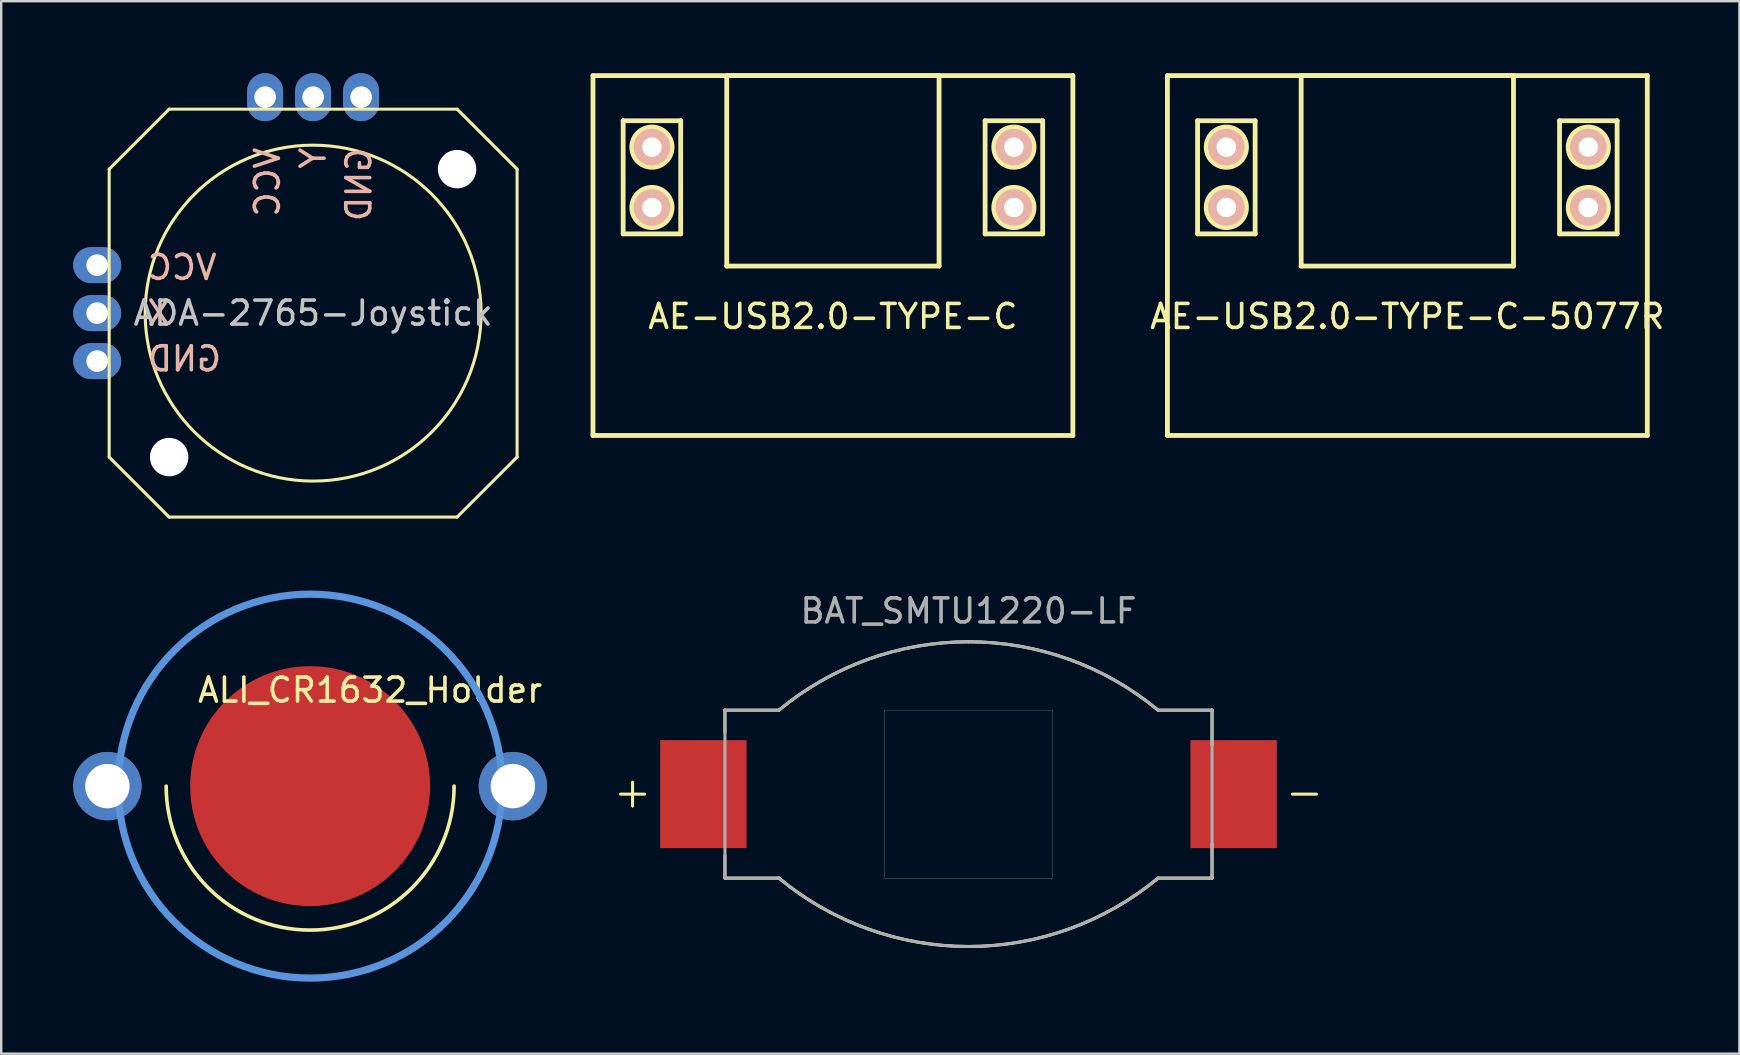
<source format=kicad_pcb>
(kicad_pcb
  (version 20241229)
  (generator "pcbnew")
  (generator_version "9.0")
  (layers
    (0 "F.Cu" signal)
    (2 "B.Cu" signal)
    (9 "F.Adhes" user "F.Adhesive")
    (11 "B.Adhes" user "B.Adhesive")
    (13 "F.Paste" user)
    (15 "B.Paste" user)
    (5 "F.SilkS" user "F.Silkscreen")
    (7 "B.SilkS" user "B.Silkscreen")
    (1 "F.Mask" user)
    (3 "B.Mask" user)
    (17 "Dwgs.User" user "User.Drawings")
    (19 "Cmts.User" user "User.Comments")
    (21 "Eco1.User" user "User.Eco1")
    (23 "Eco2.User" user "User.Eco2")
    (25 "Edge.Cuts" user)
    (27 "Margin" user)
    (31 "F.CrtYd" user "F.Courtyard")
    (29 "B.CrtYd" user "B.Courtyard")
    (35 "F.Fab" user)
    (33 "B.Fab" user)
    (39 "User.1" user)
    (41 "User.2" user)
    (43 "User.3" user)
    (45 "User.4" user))
  (footprint "AE-USB2.0-TYPE-C-5077R"
    (layer "F.Cu")
    (at 55.603 7.6)
    (property "Reference" "AE-USB2.0-TYPE-C-5077R" (at 0 2.54 0) (layer "F.SilkS") (effects (font (size 1 1) (thickness 0.15))))
    (attr through_hole)
    (fp_line (start -10 -7.5) (end 10 -7.5) (stroke (width 0.2) (type solid)) (layer "F.SilkS"))
    (fp_line (start -10 7.5) (end -10 -7.5) (stroke (width 0.2) (type solid)) (layer "F.SilkS"))
    (fp_line (start -8.742 -5.617) (end -6.343 -5.617) (stroke (width 0.2) (type solid)) (layer "F.SilkS"))
    (fp_line (start -8.742 -0.903) (end -8.742 -5.617) (stroke (width 0.2) (type solid)) (layer "F.SilkS"))
    (fp_line (start -6.343 -5.617) (end -6.343 -0.903) (stroke (width 0.2) (type solid)) (layer "F.SilkS"))
    (fp_line (start -6.343 -0.903) (end -8.742 -0.903) (stroke (width 0.2) (type solid)) (layer "F.SilkS"))
    (fp_line (start -4.425 -7.5) (end 4.424 -7.5) (stroke (width 0.2) (type solid)) (layer "F.SilkS"))
    (fp_line (start -4.425 0.439) (end -4.425 -7.5) (stroke (width 0.2) (type solid)) (layer "F.SilkS"))
    (fp_line (start 4.424 -7.5) (end 4.424 0.439) (stroke (width 0.2) (type solid)) (layer "F.SilkS"))
    (fp_line (start 4.424 0.439) (end -4.425 0.439) (stroke (width 0.2) (type solid)) (layer "F.SilkS"))
    (fp_line (start 6.343 -5.617) (end 8.742 -5.617) (stroke (width 0.2) (type solid)) (layer "F.SilkS"))
    (fp_line (start 6.343 -0.903) (end 6.343 -5.617) (stroke (width 0.2) (type solid)) (layer "F.SilkS"))
    (fp_line (start 8.742 -5.617) (end 8.742 -0.903) (stroke (width 0.2) (type solid)) (layer "F.SilkS"))
    (fp_line (start 8.742 -0.903) (end 6.343 -0.903) (stroke (width 0.2) (type solid)) (layer "F.SilkS"))
    (fp_line (start 10 -7.5) (end 10 7.5) (stroke (width 0.2) (type solid)) (layer "F.SilkS"))
    (fp_line (start 10 7.5) (end -10 7.5) (stroke (width 0.2) (type solid)) (layer "F.SilkS"))
    (fp_circle (center -7.543 -4.517) (end -6.704 -4.517) (stroke (width 0.2) (type solid)) (fill no) (layer "F.SilkS"))
    (fp_circle (center -7.543 -2.003) (end -6.704 -2.003) (stroke (width 0.2) (type solid)) (fill no) (layer "F.SilkS"))
    (fp_circle (center 7.543 -4.517) (end 8.382 -4.517) (stroke (width 0.2) (type solid)) (fill no) (layer "F.SilkS"))
    (fp_circle (center 7.543 -2.003) (end 8.382 -2.003) (stroke (width 0.2) (type solid)) (fill no) (layer "F.SilkS"))
    (pad "" thru_hole circle (at -7.543 -4.517) (size 1.524 1.524) (drill 0.813) (layers "*.Cu" "*.SilkS" "*.Mask"))
    (pad "" thru_hole circle (at -7.543 -2.003) (size 1.524 1.524) (drill 0.813) (layers "*.Cu" "*.SilkS" "*.Mask"))
    (pad "" thru_hole circle (at 7.543 -4.517) (size 1.524 1.524) (drill 0.813) (layers "*.Cu" "*.SilkS" "*.Mask"))
    (pad "" thru_hole circle (at 7.543 -2.003) (size 1.524 1.524) (drill 0.813) (layers "*.Cu" "*.SilkS" "*.Mask")))
  (footprint "ADA-2765-Joystick"
    (layer "F.Cu")
    (at 10 10)
    (property "Reference" "ADA-2765-Joystick" (at 0 0 0) (unlocked yes) (layer "Dwgs.User") (effects (font (size 1 1) (thickness 0.15))))
    (attr through_hole)
    (fp_line (start -8.5 -6) (end -6 -8.5) (stroke (width 0.127) (type solid)) (layer "F.SilkS"))
    (fp_line (start -8.5 6) (end -8.5 -6) (stroke (width 0.127) (type solid)) (layer "F.SilkS"))
    (fp_line (start -8.5 6) (end -6 8.5) (stroke (width 0.127) (type solid)) (layer "F.SilkS"))
    (fp_line (start -6 -8.5) (end 6 -8.5) (stroke (width 0.127) (type solid)) (layer "F.SilkS"))
    (fp_line (start 6 -8.5) (end 8.5 -6) (stroke (width 0.127) (type solid)) (layer "F.SilkS"))
    (fp_line (start 6 8.5) (end -6 8.5) (stroke (width 0.127) (type solid)) (layer "F.SilkS"))
    (fp_line (start 8.5 -6) (end 8.5 6) (stroke (width 0.127) (type solid)) (layer "F.SilkS"))
    (fp_line (start 8.5 6) (end 6 8.5) (stroke (width 0.127) (type solid)) (layer "F.SilkS"))
    (fp_circle (center 0 0) (end 0 -7) (stroke (width 0.127) (type solid)) (fill no) (layer "F.SilkS"))
    (fp_text user "GND" (at -6.985 1.905 0) (unlocked yes) (layer "B.SilkS") (effects (font (size 1 1) (thickness 0.15)) (justify right mirror)))
    (fp_text user "Y" (at 0 -6.985 90) (unlocked yes) (layer "B.SilkS") (effects (font (size 1 1) (thickness 0.15)) (justify left mirror)))
    (fp_text user "X" (at -7 0 0) (unlocked yes) (layer "B.SilkS") (effects (font (size 1 1) (thickness 0.15)) (justify right mirror)))
    (fp_text user "VCC" (at -1.905 -6.985 90) (unlocked yes) (layer "B.SilkS") (effects (font (size 1 1) (thickness 0.15)) (justify left mirror)))
    (fp_text user "GND" (at 1.905 -6.985 90) (unlocked yes) (layer "B.SilkS") (effects (font (size 1 1) (thickness 0.15)) (justify left mirror)))
    (fp_text user "VCC" (at -6.985 -1.905 0) (unlocked yes) (layer "B.SilkS") (effects (font (size 1 1) (thickness 0.15)) (justify right mirror)))
    (pad "" np_thru_hole circle (at -6 6 90) (size 1.6 1.6) (drill 1.6) (layers "*.Cu" "*.Mask"))
    (pad "" np_thru_hole circle (at 6 -6 90) (size 1.6 1.6) (drill 1.6) (layers "*.Cu" "*.Mask"))
    (pad "1" thru_hole oval (at -9 -2 180) (size 2 1.5) (drill 0.9) (layers "*.Cu" "*.Mask"))
    (pad "1" thru_hole oval (at -2 -9 90) (size 2 1.5) (drill 0.9) (layers "*.Cu" "*.Mask"))
    (pad "2" thru_hole oval (at -9 2 180) (size 2 1.5) (drill 0.9) (layers "*.Cu" "*.Mask"))
    (pad "2" thru_hole oval (at 2 -9 90) (size 2 1.5) (drill 0.9) (layers "*.Cu" "*.Mask"))
    (pad "3" thru_hole oval (at -9 0 180) (size 2 1.5) (drill 0.9) (layers "*.Cu" "*.Mask"))
    (pad "4" thru_hole oval (at 0 -9 90) (size 2 1.5) (drill 0.9) (layers "*.Cu" "*.Mask")))
  (footprint "BAT_SMTU1220-LF"
    (layer "F.Cu")
    (at 37.313 30.047)
    (property "Reference" "BAT_SMTU1220-LF" (at 0 -7.635 0) (layer "F.Fab") (effects (font (size 1 1) (thickness 0.15))))
    (attr through_hole)
    (fp_line (start -14.5 0) (end -13.5 0) (stroke (width 0.127) (type solid)) (layer "F.SilkS"))
    (fp_line (start -14 -0.5) (end -14 0.5) (stroke (width 0.127) (type solid)) (layer "F.SilkS"))
    (fp_line (start -10.15 -3.5) (end -7.9 -3.5) (stroke (width 0.127) (type solid)) (layer "F.SilkS"))
    (fp_line (start -10.15 -2.57) (end -10.15 -3.5) (stroke (width 0.127) (type solid)) (layer "F.SilkS"))
    (fp_line (start -10.15 2.57) (end -10.15 3.5) (stroke (width 0.127) (type solid)) (layer "F.SilkS"))
    (fp_line (start -10.15 3.5) (end -7.9 3.5) (stroke (width 0.127) (type solid)) (layer "F.SilkS"))
    (fp_line (start 7.9 -3.5) (end 10.15 -3.5) (stroke (width 0.127) (type solid)) (layer "F.SilkS"))
    (fp_line (start 7.9 3.5) (end 10.15 3.5) (stroke (width 0.127) (type solid)) (layer "F.SilkS"))
    (fp_line (start 10.15 -3.5) (end 10.15 -2.07) (stroke (width 0.127) (type solid)) (layer "F.SilkS"))
    (fp_line (start 10.15 3.5) (end 10.15 2.07) (stroke (width 0.127) (type solid)) (layer "F.SilkS"))
    (fp_line (start 13.5 0) (end 14.5 0) (stroke (width 0.127) (type solid)) (layer "F.SilkS"))
    (fp_arc (start -7.9 -3.5) (mid -4.199182 -5.615714) (end 0 -6.35) (stroke (width 0.127) (type solid)) (layer "F.SilkS"))
    (fp_arc (start 0 -6.35) (mid 4.199182 -5.615714) (end 7.9 -3.5) (stroke (width 0.127) (type solid)) (layer "F.SilkS"))
    (fp_arc (start 0 6.35) (mid -4.199182 5.615714) (end -7.9 3.5) (stroke (width 0.127) (type solid)) (layer "F.SilkS"))
    (fp_arc (start 7.9 3.5) (mid 4.199182 5.615714) (end 0 6.35) (stroke (width 0.127) (type solid)) (layer "F.SilkS"))
    (fp_poly (pts (xy -3.5 -3.5) (xy 3.5 -3.5) (xy 3.5 3.5) (xy -3.5 3.5)) (stroke (width 0.01) (type solid)) (fill no) (layer "Dwgs.User"))
    (fp_line (start -10.15 -3.5) (end -7.9 -3.5) (stroke (width 0.127) (type solid)) (layer "F.Fab"))
    (fp_line (start -10.15 3.5) (end -10.15 -3.5) (stroke (width 0.127) (type solid)) (layer "F.Fab"))
    (fp_line (start -7.9 3.5) (end -10.15 3.5) (stroke (width 0.127) (type solid)) (layer "F.Fab"))
    (fp_line (start 7.9 -3.5) (end 10.15 -3.5) (stroke (width 0.127) (type solid)) (layer "F.Fab"))
    (fp_line (start 10.15 -3.5) (end 10.15 3.5) (stroke (width 0.127) (type solid)) (layer "F.Fab"))
    (fp_line (start 10.15 3.5) (end 7.9 3.5) (stroke (width 0.127) (type solid)) (layer "F.Fab"))
    (fp_arc (start -7.9 -3.5) (mid -4.199182 -5.615714) (end 0 -6.35) (stroke (width 0.127) (type solid)) (layer "F.Fab"))
    (fp_arc (start 0 -6.35) (mid 4.199182 -5.615714) (end 7.9 -3.5) (stroke (width 0.127) (type solid)) (layer "F.Fab"))
    (fp_arc (start 0 6.35) (mid -4.199182 5.615714) (end -7.9 3.5) (stroke (width 0.127) (type solid)) (layer "F.Fab"))
    (fp_arc (start 7.9 3.5) (mid 4.199182 5.615714) (end 0 6.35) (stroke (width 0.127) (type solid)) (layer "F.Fab"))
    (pad "+" smd rect (at -11.05 0) (size 3.6 4.5) (layers "F.Cu" "F.Mask" "F.Paste"))
    (pad "-" smd rect (at 11.05 0) (size 3.6 4.5) (layers "F.Cu" "F.Mask" "F.Paste")))
  (footprint "ALI_CR1632_Holder"
    (layer "F.Cu")
    (at 9.875 29.713)
    (property "Reference" "ALI_CR1632_Holder" (at 2.5 -4 0) (layer "F.SilkS") (effects (font (size 1 1) (thickness 0.15))))
    (attr through_hole)
    (fp_arc (start 6 0) (mid 0 6) (end -6 0) (stroke (width 0.15) (type solid)) (layer "F.SilkS"))
    (fp_circle (center 0 0) (end 0 -8) (stroke (width 0.3) (type solid)) (fill no) (layer "Cmts.User"))
    (pad "1" thru_hole circle (at -8.45 0) (size 2.85 2.85) (drill 1.85) (layers "*.Cu" "*.Mask"))
    (pad "1" thru_hole circle (at 8.45 0) (size 2.85 2.85) (drill 1.85) (layers "*.Cu" "*.Mask"))
    (pad "2" smd circle (at 0 0) (size 10 10) (layers "F.Cu" "F.Mask" "F.Paste")))
  (footprint "AE-USB2.0-TYPE-C"
    (layer "F.Cu")
    (at 31.663 7.6)
    (property "Reference" "AE-USB2.0-TYPE-C" (at 0 2.54 0) (layer "F.SilkS") (effects (font (size 1 1) (thickness 0.15))))
    (attr through_hole)
    (fp_line (start -10 -7.5) (end 10 -7.5) (stroke (width 0.2) (type solid)) (layer "F.SilkS"))
    (fp_line (start -10 7.5) (end -10 -7.5) (stroke (width 0.2) (type solid)) (layer "F.SilkS"))
    (fp_line (start -8.742 -5.617) (end -6.343 -5.617) (stroke (width 0.2) (type solid)) (layer "F.SilkS"))
    (fp_line (start -8.742 -0.903) (end -8.742 -5.617) (stroke (width 0.2) (type solid)) (layer "F.SilkS"))
    (fp_line (start -6.343 -5.617) (end -6.343 -0.903) (stroke (width 0.2) (type solid)) (layer "F.SilkS"))
    (fp_line (start -6.343 -0.903) (end -8.742 -0.903) (stroke (width 0.2) (type solid)) (layer "F.SilkS"))
    (fp_line (start -4.425 -7.5) (end 4.424 -7.5) (stroke (width 0.2) (type solid)) (layer "F.SilkS"))
    (fp_line (start -4.425 0.439) (end -4.425 -7.5) (stroke (width 0.2) (type solid)) (layer "F.SilkS"))
    (fp_line (start 4.424 -7.5) (end 4.424 0.439) (stroke (width 0.2) (type solid)) (layer "F.SilkS"))
    (fp_line (start 4.424 0.439) (end -4.425 0.439) (stroke (width 0.2) (type solid)) (layer "F.SilkS"))
    (fp_line (start 6.343 -5.617) (end 8.742 -5.617) (stroke (width 0.2) (type solid)) (layer "F.SilkS"))
    (fp_line (start 6.343 -0.903) (end 6.343 -5.617) (stroke (width 0.2) (type solid)) (layer "F.SilkS"))
    (fp_line (start 8.742 -5.617) (end 8.742 -0.903) (stroke (width 0.2) (type solid)) (layer "F.SilkS"))
    (fp_line (start 8.742 -0.903) (end 6.343 -0.903) (stroke (width 0.2) (type solid)) (layer "F.SilkS"))
    (fp_line (start 10 -7.5) (end 10 7.5) (stroke (width 0.2) (type solid)) (layer "F.SilkS"))
    (fp_line (start 10 7.5) (end -10 7.5) (stroke (width 0.2) (type solid)) (layer "F.SilkS"))
    (fp_circle (center -7.543 -4.517) (end -6.704 -4.517) (stroke (width 0.2) (type solid)) (fill no) (layer "F.SilkS"))
    (fp_circle (center -7.543 -2.003) (end -6.704 -2.003) (stroke (width 0.2) (type solid)) (fill no) (layer "F.SilkS"))
    (fp_circle (center 7.543 -4.517) (end 8.382 -4.517) (stroke (width 0.2) (type solid)) (fill no) (layer "F.SilkS"))
    (fp_circle (center 7.543 -2.003) (end 8.382 -2.003) (stroke (width 0.2) (type solid)) (fill no) (layer "F.SilkS"))
    (pad "1" thru_hole circle (at 7.543 -4.517) (size 1.524 1.524) (drill 0.813) (layers "*.Cu" "*.SilkS" "*.Mask"))
    (pad "2" thru_hole circle (at 7.543 -2.003) (size 1.524 1.524) (drill 0.813) (layers "*.Cu" "*.SilkS" "*.Mask"))
    (pad "23" thru_hole circle (at -7.543 -2.003) (size 1.524 1.524) (drill 0.813) (layers "*.Cu" "*.SilkS" "*.Mask"))
    (pad "24" thru_hole circle (at -7.543 -4.517) (size 1.524 1.524) (drill 0.813) (layers "*.Cu" "*.SilkS" "*.Mask")))
  (gr_rect
    (start -3 -3)
    (end 69.442 40.864)
    (stroke (width 0.1) (type default))
    (fill no)
    (layer "Edge.Cuts")))
</source>
